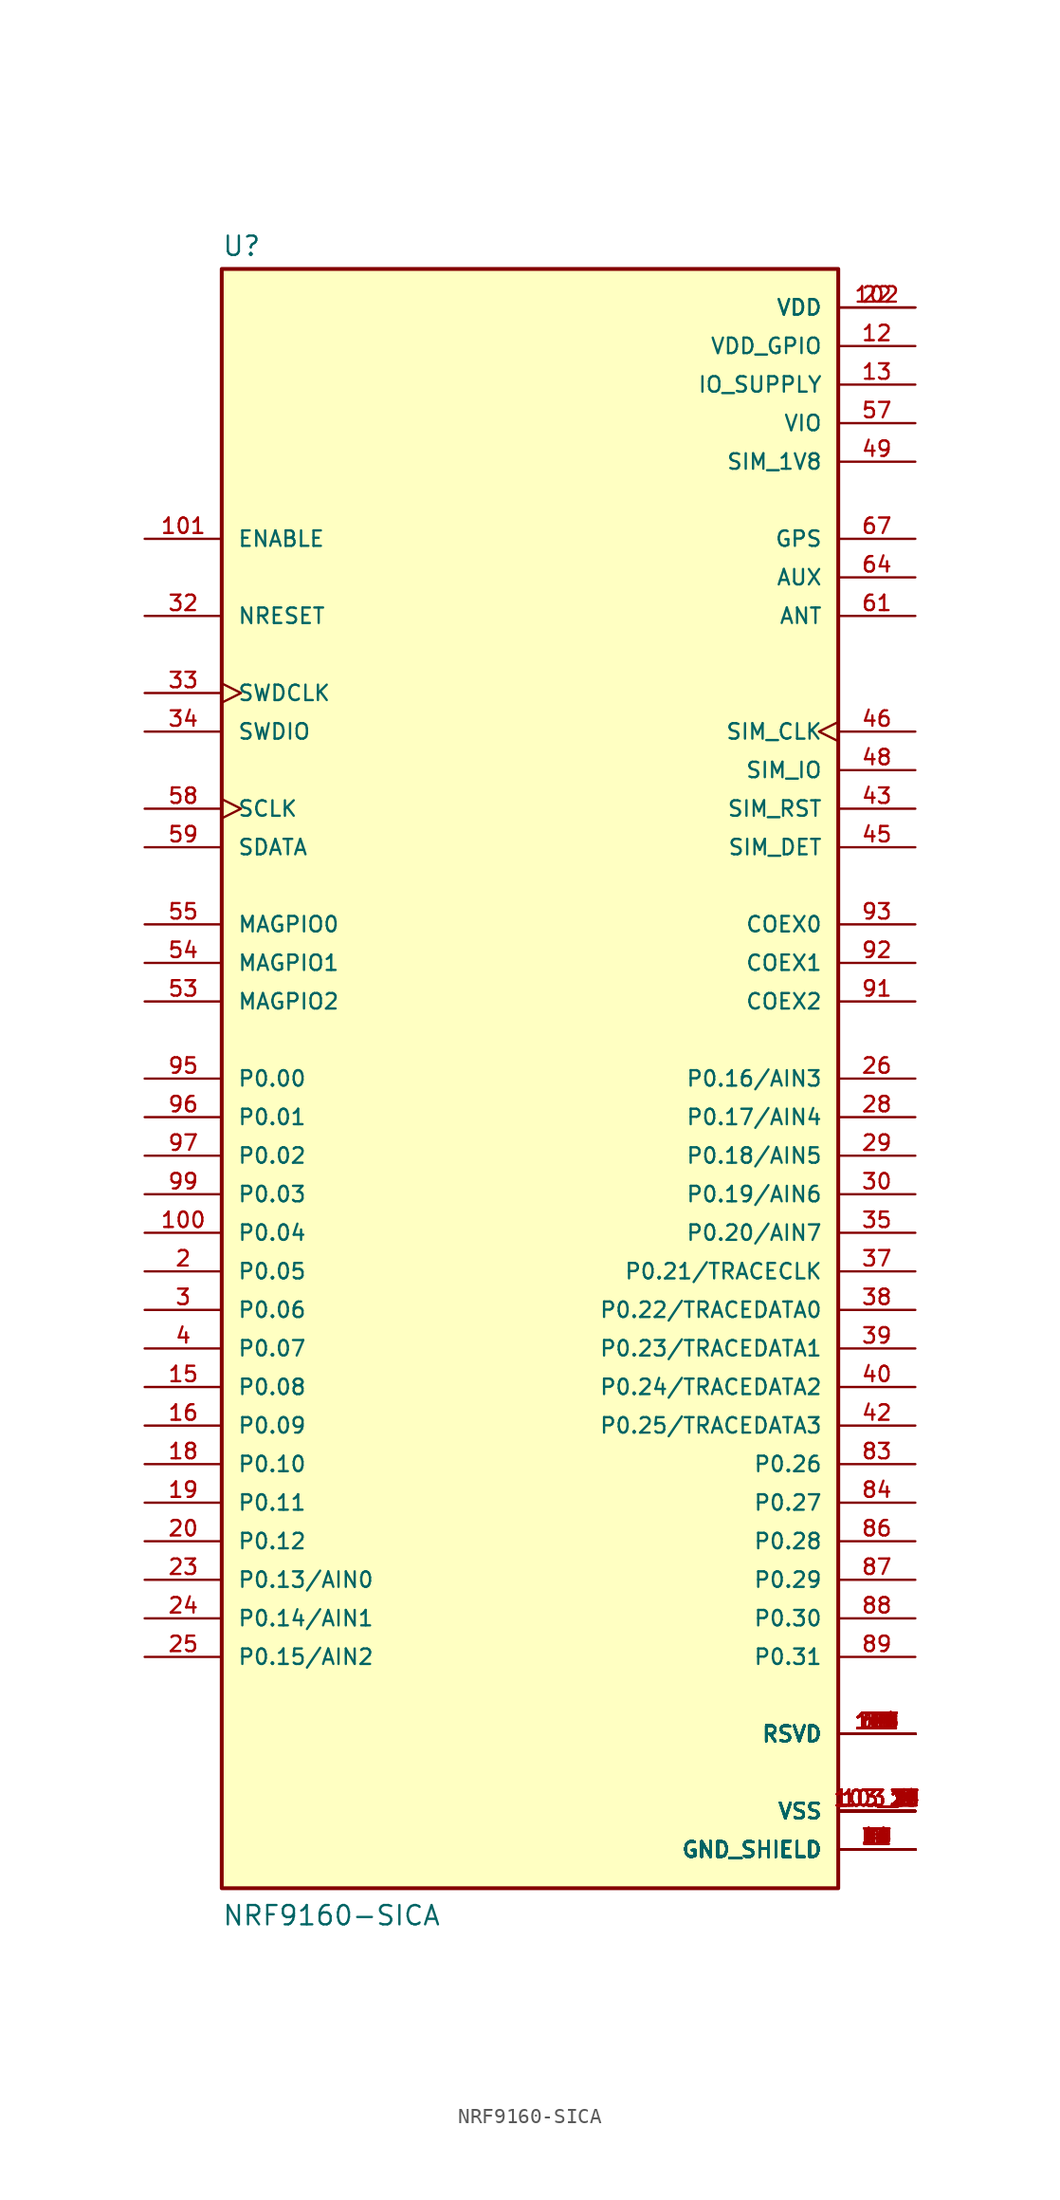
<source format=kicad_sym>
(kicad_symbol_lib
  (version 20220914)
  (generator kicad_symbol_editor)
  (symbol "NRF9160-SICA"
    (pin_names
      (offset 1.016))
    (property "Reference" "U"
      (at -20.32 54.102 0)
      (effects (font (size 1.27 1.27)) (justify left bottom)))
    (property "Value" "NRF9160-SICA"
      (at -20.32 -55.88 0)
      (effects (font (size 1.27 1.27)) (justify left bottom)))
    (symbol "NRF9160-SICA_0_0"
      (rectangle (start -20.32 -53.34) (end 20.32 53.34) (stroke (width 0.254) (type default)) (fill (type background)))
      (pin power_in line (at 25.4 -50.8 180) (length 5.08) (name "GND_SHIELD" (effects (font (size 1.016 1.016)))) (number "1" (effects (font (size 1.016 1.016)))))
      (pin passive line (at 25.4 -43.18 180) (length 5.08) (name "RSVD" (effects (font (size 1.016 1.016)))) (number "10" (effects (font (size 1.016 1.016)))))
      (pin bidirectional line (at -25.4 -10.16 0) (length 5.08) (name "P0.04" (effects (font (size 1.016 1.016)))) (number "100" (effects (font (size 1.016 1.016)))))
      (pin input line (at -25.4 35.56 0) (length 5.08) (name "ENABLE" (effects (font (size 1.016 1.016)))) (number "101" (effects (font (size 1.016 1.016)))))
      (pin power_in line (at 25.4 50.8 180) (length 5.08) (name "VDD" (effects (font (size 1.016 1.016)))) (number "102" (effects (font (size 1.016 1.016)))))
      (pin power_in line (at 25.4 -48.26 180) (length 5.08) (name "VSS" (effects (font (size 1.016 1.016)))) (number "103_1" (effects (font (size 1.016 1.016)))))
      (pin power_in line (at 25.4 -48.26 180) (length 5.08) (name "VSS" (effects (font (size 1.016 1.016)))) (number "103_10" (effects (font (size 1.016 1.016)))))
      (pin power_in line (at 25.4 -48.26 180) (length 5.08) (name "VSS" (effects (font (size 1.016 1.016)))) (number "103_11" (effects (font (size 1.016 1.016)))))
      (pin power_in line (at 25.4 -48.26 180) (length 5.08) (name "VSS" (effects (font (size 1.016 1.016)))) (number "103_12" (effects (font (size 1.016 1.016)))))
      (pin power_in line (at 25.4 -48.26 180) (length 5.08) (name "VSS" (effects (font (size 1.016 1.016)))) (number "103_13" (effects (font (size 1.016 1.016)))))
      (pin power_in line (at 25.4 -48.26 180) (length 5.08) (name "VSS" (effects (font (size 1.016 1.016)))) (number "103_14" (effects (font (size 1.016 1.016)))))
      (pin power_in line (at 25.4 -48.26 180) (length 5.08) (name "VSS" (effects (font (size 1.016 1.016)))) (number "103_15" (effects (font (size 1.016 1.016)))))
      (pin power_in line (at 25.4 -48.26 180) (length 5.08) (name "VSS" (effects (font (size 1.016 1.016)))) (number "103_16" (effects (font (size 1.016 1.016)))))
      (pin power_in line (at 25.4 -48.26 180) (length 5.08) (name "VSS" (effects (font (size 1.016 1.016)))) (number "103_17" (effects (font (size 1.016 1.016)))))
      (pin power_in line (at 25.4 -48.26 180) (length 5.08) (name "VSS" (effects (font (size 1.016 1.016)))) (number "103_18" (effects (font (size 1.016 1.016)))))
      (pin power_in line (at 25.4 -48.26 180) (length 5.08) (name "VSS" (effects (font (size 1.016 1.016)))) (number "103_19" (effects (font (size 1.016 1.016)))))
      (pin power_in line (at 25.4 -48.26 180) (length 5.08) (name "VSS" (effects (font (size 1.016 1.016)))) (number "103_2" (effects (font (size 1.016 1.016)))))
      (pin power_in line (at 25.4 -48.26 180) (length 5.08) (name "VSS" (effects (font (size 1.016 1.016)))) (number "103_20" (effects (font (size 1.016 1.016)))))
      (pin power_in line (at 25.4 -48.26 180) (length 5.08) (name "VSS" (effects (font (size 1.016 1.016)))) (number "103_21" (effects (font (size 1.016 1.016)))))
      (pin power_in line (at 25.4 -48.26 180) (length 5.08) (name "VSS" (effects (font (size 1.016 1.016)))) (number "103_22" (effects (font (size 1.016 1.016)))))
      (pin power_in line (at 25.4 -48.26 180) (length 5.08) (name "VSS" (effects (font (size 1.016 1.016)))) (number "103_23" (effects (font (size 1.016 1.016)))))
      (pin power_in line (at 25.4 -48.26 180) (length 5.08) (name "VSS" (effects (font (size 1.016 1.016)))) (number "103_24" (effects (font (size 1.016 1.016)))))
      (pin power_in line (at 25.4 -48.26 180) (length 5.08) (name "VSS" (effects (font (size 1.016 1.016)))) (number "103_25" (effects (font (size 1.016 1.016)))))
      (pin power_in line (at 25.4 -48.26 180) (length 5.08) (name "VSS" (effects (font (size 1.016 1.016)))) (number "103_26" (effects (font (size 1.016 1.016)))))
      (pin power_in line (at 25.4 -48.26 180) (length 5.08) (name "VSS" (effects (font (size 1.016 1.016)))) (number "103_27" (effects (font (size 1.016 1.016)))))
      (pin power_in line (at 25.4 -48.26 180) (length 5.08) (name "VSS" (effects (font (size 1.016 1.016)))) (number "103_28" (effects (font (size 1.016 1.016)))))
      (pin power_in line (at 25.4 -48.26 180) (length 5.08) (name "VSS" (effects (font (size 1.016 1.016)))) (number "103_29" (effects (font (size 1.016 1.016)))))
      (pin power_in line (at 25.4 -48.26 180) (length 5.08) (name "VSS" (effects (font (size 1.016 1.016)))) (number "103_3" (effects (font (size 1.016 1.016)))))
      (pin power_in line (at 25.4 -48.26 180) (length 5.08) (name "VSS" (effects (font (size 1.016 1.016)))) (number "103_30" (effects (font (size 1.016 1.016)))))
      (pin power_in line (at 25.4 -48.26 180) (length 5.08) (name "VSS" (effects (font (size 1.016 1.016)))) (number "103_31" (effects (font (size 1.016 1.016)))))
      (pin power_in line (at 25.4 -48.26 180) (length 5.08) (name "VSS" (effects (font (size 1.016 1.016)))) (number "103_32" (effects (font (size 1.016 1.016)))))
      (pin power_in line (at 25.4 -48.26 180) (length 5.08) (name "VSS" (effects (font (size 1.016 1.016)))) (number "103_33" (effects (font (size 1.016 1.016)))))
      (pin power_in line (at 25.4 -48.26 180) (length 5.08) (name "VSS" (effects (font (size 1.016 1.016)))) (number "103_34" (effects (font (size 1.016 1.016)))))
      (pin power_in line (at 25.4 -48.26 180) (length 5.08) (name "VSS" (effects (font (size 1.016 1.016)))) (number "103_35" (effects (font (size 1.016 1.016)))))
      (pin power_in line (at 25.4 -48.26 180) (length 5.08) (name "VSS" (effects (font (size 1.016 1.016)))) (number "103_4" (effects (font (size 1.016 1.016)))))
      (pin power_in line (at 25.4 -48.26 180) (length 5.08) (name "VSS" (effects (font (size 1.016 1.016)))) (number "103_5" (effects (font (size 1.016 1.016)))))
      (pin power_in line (at 25.4 -48.26 180) (length 5.08) (name "VSS" (effects (font (size 1.016 1.016)))) (number "103_6" (effects (font (size 1.016 1.016)))))
      (pin power_in line (at 25.4 -48.26 180) (length 5.08) (name "VSS" (effects (font (size 1.016 1.016)))) (number "103_7" (effects (font (size 1.016 1.016)))))
      (pin power_in line (at 25.4 -48.26 180) (length 5.08) (name "VSS" (effects (font (size 1.016 1.016)))) (number "103_8" (effects (font (size 1.016 1.016)))))
      (pin power_in line (at 25.4 -48.26 180) (length 5.08) (name "VSS" (effects (font (size 1.016 1.016)))) (number "103_9" (effects (font (size 1.016 1.016)))))
      (pin passive line (at 25.4 -43.18 180) (length 5.08) (name "RSVD" (effects (font (size 1.016 1.016)))) (number "104" (effects (font (size 1.016 1.016)))))
      (pin passive line (at 25.4 -43.18 180) (length 5.08) (name "RSVD" (effects (font (size 1.016 1.016)))) (number "105" (effects (font (size 1.016 1.016)))))
      (pin passive line (at 25.4 -43.18 180) (length 5.08) (name "RSVD" (effects (font (size 1.016 1.016)))) (number "106" (effects (font (size 1.016 1.016)))))
      (pin passive line (at 25.4 -43.18 180) (length 5.08) (name "RSVD" (effects (font (size 1.016 1.016)))) (number "107" (effects (font (size 1.016 1.016)))))
      (pin passive line (at 25.4 -43.18 180) (length 5.08) (name "RSVD" (effects (font (size 1.016 1.016)))) (number "108" (effects (font (size 1.016 1.016)))))
      (pin passive line (at 25.4 -43.18 180) (length 5.08) (name "RSVD" (effects (font (size 1.016 1.016)))) (number "109" (effects (font (size 1.016 1.016)))))
      (pin passive line (at 25.4 -43.18 180) (length 5.08) (name "RSVD" (effects (font (size 1.016 1.016)))) (number "11" (effects (font (size 1.016 1.016)))))
      (pin passive line (at 25.4 -43.18 180) (length 5.08) (name "RSVD" (effects (font (size 1.016 1.016)))) (number "110" (effects (font (size 1.016 1.016)))))
      (pin passive line (at 25.4 -43.18 180) (length 5.08) (name "RSVD" (effects (font (size 1.016 1.016)))) (number "111" (effects (font (size 1.016 1.016)))))
      (pin passive line (at 25.4 -43.18 180) (length 5.08) (name "RSVD" (effects (font (size 1.016 1.016)))) (number "112" (effects (font (size 1.016 1.016)))))
      (pin passive line (at 25.4 -43.18 180) (length 5.08) (name "RSVD" (effects (font (size 1.016 1.016)))) (number "113" (effects (font (size 1.016 1.016)))))
      (pin passive line (at 25.4 -43.18 180) (length 5.08) (name "RSVD" (effects (font (size 1.016 1.016)))) (number "114" (effects (font (size 1.016 1.016)))))
      (pin passive line (at 25.4 -43.18 180) (length 5.08) (name "RSVD" (effects (font (size 1.016 1.016)))) (number "115" (effects (font (size 1.016 1.016)))))
      (pin passive line (at 25.4 -43.18 180) (length 5.08) (name "RSVD" (effects (font (size 1.016 1.016)))) (number "116" (effects (font (size 1.016 1.016)))))
      (pin passive line (at 25.4 -43.18 180) (length 5.08) (name "RSVD" (effects (font (size 1.016 1.016)))) (number "117" (effects (font (size 1.016 1.016)))))
      (pin passive line (at 25.4 -43.18 180) (length 5.08) (name "RSVD" (effects (font (size 1.016 1.016)))) (number "118" (effects (font (size 1.016 1.016)))))
      (pin passive line (at 25.4 -43.18 180) (length 5.08) (name "RSVD" (effects (font (size 1.016 1.016)))) (number "119" (effects (font (size 1.016 1.016)))))
      (pin power_in line (at 25.4 48.26 180) (length 5.08) (name "VDD_GPIO" (effects (font (size 1.016 1.016)))) (number "12" (effects (font (size 1.016 1.016)))))
      (pin passive line (at 25.4 -43.18 180) (length 5.08) (name "RSVD" (effects (font (size 1.016 1.016)))) (number "120" (effects (font (size 1.016 1.016)))))
      (pin passive line (at 25.4 -43.18 180) (length 5.08) (name "RSVD" (effects (font (size 1.016 1.016)))) (number "121" (effects (font (size 1.016 1.016)))))
      (pin passive line (at 25.4 -43.18 180) (length 5.08) (name "RSVD" (effects (font (size 1.016 1.016)))) (number "122" (effects (font (size 1.016 1.016)))))
      (pin passive line (at 25.4 -43.18 180) (length 5.08) (name "RSVD" (effects (font (size 1.016 1.016)))) (number "123" (effects (font (size 1.016 1.016)))))
      (pin passive line (at 25.4 -43.18 180) (length 5.08) (name "RSVD" (effects (font (size 1.016 1.016)))) (number "124" (effects (font (size 1.016 1.016)))))
      (pin passive line (at 25.4 -43.18 180) (length 5.08) (name "RSVD" (effects (font (size 1.016 1.016)))) (number "125" (effects (font (size 1.016 1.016)))))
      (pin passive line (at 25.4 -43.18 180) (length 5.08) (name "RSVD" (effects (font (size 1.016 1.016)))) (number "126" (effects (font (size 1.016 1.016)))))
      (pin passive line (at 25.4 -43.18 180) (length 5.08) (name "RSVD" (effects (font (size 1.016 1.016)))) (number "127" (effects (font (size 1.016 1.016)))))
      (pin power_in line (at 25.4 45.72 180) (length 5.08) (name "IO_SUPPLY" (effects (font (size 1.016 1.016)))) (number "13" (effects (font (size 1.016 1.016)))))
      (pin power_in line (at 25.4 -50.8 180) (length 5.08) (name "GND_SHIELD" (effects (font (size 1.016 1.016)))) (number "14" (effects (font (size 1.016 1.016)))))
      (pin bidirectional line (at -25.4 -20.32 0) (length 5.08) (name "P0.08" (effects (font (size 1.016 1.016)))) (number "15" (effects (font (size 1.016 1.016)))))
      (pin bidirectional line (at -25.4 -22.86 0) (length 5.08) (name "P0.09" (effects (font (size 1.016 1.016)))) (number "16" (effects (font (size 1.016 1.016)))))
      (pin power_in line (at 25.4 -50.8 180) (length 5.08) (name "GND_SHIELD" (effects (font (size 1.016 1.016)))) (number "17" (effects (font (size 1.016 1.016)))))
      (pin bidirectional line (at -25.4 -25.4 0) (length 5.08) (name "P0.10" (effects (font (size 1.016 1.016)))) (number "18" (effects (font (size 1.016 1.016)))))
      (pin bidirectional line (at -25.4 -27.94 0) (length 5.08) (name "P0.11" (effects (font (size 1.016 1.016)))) (number "19" (effects (font (size 1.016 1.016)))))
      (pin bidirectional line (at -25.4 -12.7 0) (length 5.08) (name "P0.05" (effects (font (size 1.016 1.016)))) (number "2" (effects (font (size 1.016 1.016)))))
      (pin bidirectional line (at -25.4 -30.48 0) (length 5.08) (name "P0.12" (effects (font (size 1.016 1.016)))) (number "20" (effects (font (size 1.016 1.016)))))
      (pin power_in line (at 25.4 -50.8 180) (length 5.08) (name "GND_SHIELD" (effects (font (size 1.016 1.016)))) (number "21" (effects (font (size 1.016 1.016)))))
      (pin power_in line (at 25.4 50.8 180) (length 5.08) (name "VDD" (effects (font (size 1.016 1.016)))) (number "22" (effects (font (size 1.016 1.016)))))
      (pin bidirectional line (at -25.4 -33.02 0) (length 5.08) (name "P0.13/AIN0" (effects (font (size 1.016 1.016)))) (number "23" (effects (font (size 1.016 1.016)))))
      (pin bidirectional line (at -25.4 -35.56 0) (length 5.08) (name "P0.14/AIN1" (effects (font (size 1.016 1.016)))) (number "24" (effects (font (size 1.016 1.016)))))
      (pin bidirectional line (at -25.4 -38.1 0) (length 5.08) (name "P0.15/AIN2" (effects (font (size 1.016 1.016)))) (number "25" (effects (font (size 1.016 1.016)))))
      (pin bidirectional line (at 25.4 0 180) (length 5.08) (name "P0.16/AIN3" (effects (font (size 1.016 1.016)))) (number "26" (effects (font (size 1.016 1.016)))))
      (pin power_in line (at 25.4 -50.8 180) (length 5.08) (name "GND_SHIELD" (effects (font (size 1.016 1.016)))) (number "27" (effects (font (size 1.016 1.016)))))
      (pin bidirectional line (at 25.4 -2.54 180) (length 5.08) (name "P0.17/AIN4" (effects (font (size 1.016 1.016)))) (number "28" (effects (font (size 1.016 1.016)))))
      (pin bidirectional line (at 25.4 -5.08 180) (length 5.08) (name "P0.18/AIN5" (effects (font (size 1.016 1.016)))) (number "29" (effects (font (size 1.016 1.016)))))
      (pin bidirectional line (at -25.4 -15.24 0) (length 5.08) (name "P0.06" (effects (font (size 1.016 1.016)))) (number "3" (effects (font (size 1.016 1.016)))))
      (pin bidirectional line (at 25.4 -7.62 180) (length 5.08) (name "P0.19/AIN6" (effects (font (size 1.016 1.016)))) (number "30" (effects (font (size 1.016 1.016)))))
      (pin power_in line (at 25.4 -50.8 180) (length 5.08) (name "GND_SHIELD" (effects (font (size 1.016 1.016)))) (number "31" (effects (font (size 1.016 1.016)))))
      (pin input line (at -25.4 30.48 0) (length 5.08) (name "NRESET" (effects (font (size 1.016 1.016)))) (number "32" (effects (font (size 1.016 1.016)))))
      (pin input clock (at -25.4 25.4 0) (length 5.08) (name "SWDCLK" (effects (font (size 1.016 1.016)))) (number "33" (effects (font (size 1.016 1.016)))))
      (pin bidirectional line (at -25.4 22.86 0) (length 5.08) (name "SWDIO" (effects (font (size 1.016 1.016)))) (number "34" (effects (font (size 1.016 1.016)))))
      (pin bidirectional line (at 25.4 -10.16 180) (length 5.08) (name "P0.20/AIN7" (effects (font (size 1.016 1.016)))) (number "35" (effects (font (size 1.016 1.016)))))
      (pin power_in line (at 25.4 -50.8 180) (length 5.08) (name "GND_SHIELD" (effects (font (size 1.016 1.016)))) (number "36" (effects (font (size 1.016 1.016)))))
      (pin bidirectional line (at 25.4 -12.7 180) (length 5.08) (name "P0.21/TRACECLK" (effects (font (size 1.016 1.016)))) (number "37" (effects (font (size 1.016 1.016)))))
      (pin bidirectional line (at 25.4 -15.24 180) (length 5.08) (name "P0.22/TRACEDATA0" (effects (font (size 1.016 1.016)))) (number "38" (effects (font (size 1.016 1.016)))))
      (pin bidirectional line (at 25.4 -17.78 180) (length 5.08) (name "P0.23/TRACEDATA1" (effects (font (size 1.016 1.016)))) (number "39" (effects (font (size 1.016 1.016)))))
      (pin bidirectional line (at -25.4 -17.78 0) (length 5.08) (name "P0.07" (effects (font (size 1.016 1.016)))) (number "4" (effects (font (size 1.016 1.016)))))
      (pin bidirectional line (at 25.4 -20.32 180) (length 5.08) (name "P0.24/TRACEDATA2" (effects (font (size 1.016 1.016)))) (number "40" (effects (font (size 1.016 1.016)))))
      (pin power_in line (at 25.4 -50.8 180) (length 5.08) (name "GND_SHIELD" (effects (font (size 1.016 1.016)))) (number "41" (effects (font (size 1.016 1.016)))))
      (pin bidirectional line (at 25.4 -22.86 180) (length 5.08) (name "P0.25/TRACEDATA3" (effects (font (size 1.016 1.016)))) (number "42" (effects (font (size 1.016 1.016)))))
      (pin bidirectional line (at 25.4 17.78 180) (length 5.08) (name "SIM_RST" (effects (font (size 1.016 1.016)))) (number "43" (effects (font (size 1.016 1.016)))))
      (pin power_in line (at 25.4 -50.8 180) (length 5.08) (name "GND_SHIELD" (effects (font (size 1.016 1.016)))) (number "44" (effects (font (size 1.016 1.016)))))
      (pin bidirectional line (at 25.4 15.24 180) (length 5.08) (name "SIM_DET" (effects (font (size 1.016 1.016)))) (number "45" (effects (font (size 1.016 1.016)))))
      (pin bidirectional clock (at 25.4 22.86 180) (length 5.08) (name "SIM_CLK" (effects (font (size 1.016 1.016)))) (number "46" (effects (font (size 1.016 1.016)))))
      (pin power_in line (at 25.4 -50.8 180) (length 5.08) (name "GND_SHIELD" (effects (font (size 1.016 1.016)))) (number "47" (effects (font (size 1.016 1.016)))))
      (pin bidirectional line (at 25.4 20.32 180) (length 5.08) (name "SIM_IO" (effects (font (size 1.016 1.016)))) (number "48" (effects (font (size 1.016 1.016)))))
      (pin power_in line (at 25.4 40.64 180) (length 5.08) (name "SIM_1V8" (effects (font (size 1.016 1.016)))) (number "49" (effects (font (size 1.016 1.016)))))
      (pin power_in line (at 25.4 -50.8 180) (length 5.08) (name "GND_SHIELD" (effects (font (size 1.016 1.016)))) (number "5" (effects (font (size 1.016 1.016)))))
      (pin power_in line (at 25.4 -50.8 180) (length 5.08) (name "GND_SHIELD" (effects (font (size 1.016 1.016)))) (number "50" (effects (font (size 1.016 1.016)))))
      (pin passive line (at 25.4 -43.18 180) (length 5.08) (name "RSVD" (effects (font (size 1.016 1.016)))) (number "51" (effects (font (size 1.016 1.016)))))
      (pin power_in line (at 25.4 -50.8 180) (length 5.08) (name "GND_SHIELD" (effects (font (size 1.016 1.016)))) (number "52" (effects (font (size 1.016 1.016)))))
      (pin bidirectional line (at -25.4 5.08 0) (length 5.08) (name "MAGPIO2" (effects (font (size 1.016 1.016)))) (number "53" (effects (font (size 1.016 1.016)))))
      (pin bidirectional line (at -25.4 7.62 0) (length 5.08) (name "MAGPIO1" (effects (font (size 1.016 1.016)))) (number "54" (effects (font (size 1.016 1.016)))))
      (pin bidirectional line (at -25.4 10.16 0) (length 5.08) (name "MAGPIO0" (effects (font (size 1.016 1.016)))) (number "55" (effects (font (size 1.016 1.016)))))
      (pin power_in line (at 25.4 -50.8 180) (length 5.08) (name "GND_SHIELD" (effects (font (size 1.016 1.016)))) (number "56" (effects (font (size 1.016 1.016)))))
      (pin power_in line (at 25.4 43.18 180) (length 5.08) (name "VIO" (effects (font (size 1.016 1.016)))) (number "57" (effects (font (size 1.016 1.016)))))
      (pin bidirectional clock (at -25.4 17.78 0) (length 5.08) (name "SCLK" (effects (font (size 1.016 1.016)))) (number "58" (effects (font (size 1.016 1.016)))))
      (pin bidirectional line (at -25.4 15.24 0) (length 5.08) (name "SDATA" (effects (font (size 1.016 1.016)))) (number "59" (effects (font (size 1.016 1.016)))))
      (pin passive line (at 25.4 -43.18 180) (length 5.08) (name "RSVD" (effects (font (size 1.016 1.016)))) (number "6" (effects (font (size 1.016 1.016)))))
      (pin power_in line (at 25.4 -50.8 180) (length 5.08) (name "GND_SHIELD" (effects (font (size 1.016 1.016)))) (number "60" (effects (font (size 1.016 1.016)))))
      (pin bidirectional line (at 25.4 30.48 180) (length 5.08) (name "ANT" (effects (font (size 1.016 1.016)))) (number "61" (effects (font (size 1.016 1.016)))))
      (pin power_in line (at 25.4 -50.8 180) (length 5.08) (name "GND_SHIELD" (effects (font (size 1.016 1.016)))) (number "62" (effects (font (size 1.016 1.016)))))
      (pin power_in line (at 25.4 -50.8 180) (length 5.08) (name "GND_SHIELD" (effects (font (size 1.016 1.016)))) (number "63" (effects (font (size 1.016 1.016)))))
      (pin output line (at 25.4 33.02 180) (length 5.08) (name "AUX" (effects (font (size 1.016 1.016)))) (number "64" (effects (font (size 1.016 1.016)))))
      (pin power_in line (at 25.4 -50.8 180) (length 5.08) (name "GND_SHIELD" (effects (font (size 1.016 1.016)))) (number "65" (effects (font (size 1.016 1.016)))))
      (pin power_in line (at 25.4 -50.8 180) (length 5.08) (name "GND_SHIELD" (effects (font (size 1.016 1.016)))) (number "66" (effects (font (size 1.016 1.016)))))
      (pin input line (at 25.4 35.56 180) (length 5.08) (name "GPS" (effects (font (size 1.016 1.016)))) (number "67" (effects (font (size 1.016 1.016)))))
      (pin passive line (at 25.4 -43.18 180) (length 5.08) (name "RSVD" (effects (font (size 1.016 1.016)))) (number "68" (effects (font (size 1.016 1.016)))))
      (pin passive line (at 25.4 -43.18 180) (length 5.08) (name "RSVD" (effects (font (size 1.016 1.016)))) (number "69" (effects (font (size 1.016 1.016)))))
      (pin passive line (at 25.4 -43.18 180) (length 5.08) (name "RSVD" (effects (font (size 1.016 1.016)))) (number "7" (effects (font (size 1.016 1.016)))))
      (pin passive line (at 25.4 -43.18 180) (length 5.08) (name "RSVD" (effects (font (size 1.016 1.016)))) (number "70" (effects (font (size 1.016 1.016)))))
      (pin passive line (at 25.4 -43.18 180) (length 5.08) (name "RSVD" (effects (font (size 1.016 1.016)))) (number "71" (effects (font (size 1.016 1.016)))))
      (pin power_in line (at 25.4 -50.8 180) (length 5.08) (name "GND_SHIELD" (effects (font (size 1.016 1.016)))) (number "72" (effects (font (size 1.016 1.016)))))
      (pin passive line (at 25.4 -43.18 180) (length 5.08) (name "RSVD" (effects (font (size 1.016 1.016)))) (number "73" (effects (font (size 1.016 1.016)))))
      (pin power_in line (at 25.4 -50.8 180) (length 5.08) (name "GND_SHIELD" (effects (font (size 1.016 1.016)))) (number "74" (effects (font (size 1.016 1.016)))))
      (pin power_in line (at 25.4 -50.8 180) (length 5.08) (name "GND_SHIELD" (effects (font (size 1.016 1.016)))) (number "75" (effects (font (size 1.016 1.016)))))
      (pin power_in line (at 25.4 -50.8 180) (length 5.08) (name "GND_SHIELD" (effects (font (size 1.016 1.016)))) (number "76" (effects (font (size 1.016 1.016)))))
      (pin power_in line (at 25.4 -50.8 180) (length 5.08) (name "GND_SHIELD" (effects (font (size 1.016 1.016)))) (number "77" (effects (font (size 1.016 1.016)))))
      (pin power_in line (at 25.4 -50.8 180) (length 5.08) (name "GND_SHIELD" (effects (font (size 1.016 1.016)))) (number "78" (effects (font (size 1.016 1.016)))))
      (pin power_in line (at 25.4 -50.8 180) (length 5.08) (name "GND_SHIELD" (effects (font (size 1.016 1.016)))) (number "79" (effects (font (size 1.016 1.016)))))
      (pin passive line (at 25.4 -43.18 180) (length 5.08) (name "RSVD" (effects (font (size 1.016 1.016)))) (number "8" (effects (font (size 1.016 1.016)))))
      (pin power_in line (at 25.4 -50.8 180) (length 5.08) (name "GND_SHIELD" (effects (font (size 1.016 1.016)))) (number "80" (effects (font (size 1.016 1.016)))))
      (pin power_in line (at 25.4 -50.8 180) (length 5.08) (name "GND_SHIELD" (effects (font (size 1.016 1.016)))) (number "81" (effects (font (size 1.016 1.016)))))
      (pin power_in line (at 25.4 -50.8 180) (length 5.08) (name "GND_SHIELD" (effects (font (size 1.016 1.016)))) (number "82" (effects (font (size 1.016 1.016)))))
      (pin bidirectional line (at 25.4 -25.4 180) (length 5.08) (name "P0.26" (effects (font (size 1.016 1.016)))) (number "83" (effects (font (size 1.016 1.016)))))
      (pin bidirectional line (at 25.4 -27.94 180) (length 5.08) (name "P0.27" (effects (font (size 1.016 1.016)))) (number "84" (effects (font (size 1.016 1.016)))))
      (pin power_in line (at 25.4 -50.8 180) (length 5.08) (name "GND_SHIELD" (effects (font (size 1.016 1.016)))) (number "85" (effects (font (size 1.016 1.016)))))
      (pin bidirectional line (at 25.4 -30.48 180) (length 5.08) (name "P0.28" (effects (font (size 1.016 1.016)))) (number "86" (effects (font (size 1.016 1.016)))))
      (pin bidirectional line (at 25.4 -33.02 180) (length 5.08) (name "P0.29" (effects (font (size 1.016 1.016)))) (number "87" (effects (font (size 1.016 1.016)))))
      (pin bidirectional line (at 25.4 -35.56 180) (length 5.08) (name "P0.30" (effects (font (size 1.016 1.016)))) (number "88" (effects (font (size 1.016 1.016)))))
      (pin bidirectional line (at 25.4 -38.1 180) (length 5.08) (name "P0.31" (effects (font (size 1.016 1.016)))) (number "89" (effects (font (size 1.016 1.016)))))
      (pin power_in line (at 25.4 -50.8 180) (length 5.08) (name "GND_SHIELD" (effects (font (size 1.016 1.016)))) (number "9" (effects (font (size 1.016 1.016)))))
      (pin power_in line (at 25.4 -50.8 180) (length 5.08) (name "GND_SHIELD" (effects (font (size 1.016 1.016)))) (number "90" (effects (font (size 1.016 1.016)))))
      (pin bidirectional line (at 25.4 5.08 180) (length 5.08) (name "COEX2" (effects (font (size 1.016 1.016)))) (number "91" (effects (font (size 1.016 1.016)))))
      (pin bidirectional line (at 25.4 7.62 180) (length 5.08) (name "COEX1" (effects (font (size 1.016 1.016)))) (number "92" (effects (font (size 1.016 1.016)))))
      (pin bidirectional line (at 25.4 10.16 180) (length 5.08) (name "COEX0" (effects (font (size 1.016 1.016)))) (number "93" (effects (font (size 1.016 1.016)))))
      (pin power_in line (at 25.4 -50.8 180) (length 5.08) (name "GND_SHIELD" (effects (font (size 1.016 1.016)))) (number "94" (effects (font (size 1.016 1.016)))))
      (pin bidirectional line (at -25.4 0 0) (length 5.08) (name "P0.00" (effects (font (size 1.016 1.016)))) (number "95" (effects (font (size 1.016 1.016)))))
      (pin bidirectional line (at -25.4 -2.54 0) (length 5.08) (name "P0.01" (effects (font (size 1.016 1.016)))) (number "96" (effects (font (size 1.016 1.016)))))
      (pin bidirectional line (at -25.4 -5.08 0) (length 5.08) (name "P0.02" (effects (font (size 1.016 1.016)))) (number "97" (effects (font (size 1.016 1.016)))))
      (pin power_in line (at 25.4 -50.8 180) (length 5.08) (name "GND_SHIELD" (effects (font (size 1.016 1.016)))) (number "98" (effects (font (size 1.016 1.016)))))
      (pin bidirectional line (at -25.4 -7.62 0) (length 5.08) (name "P0.03" (effects (font (size 1.016 1.016)))) (number "99" (effects (font (size 1.016 1.016))))))))
</source>
